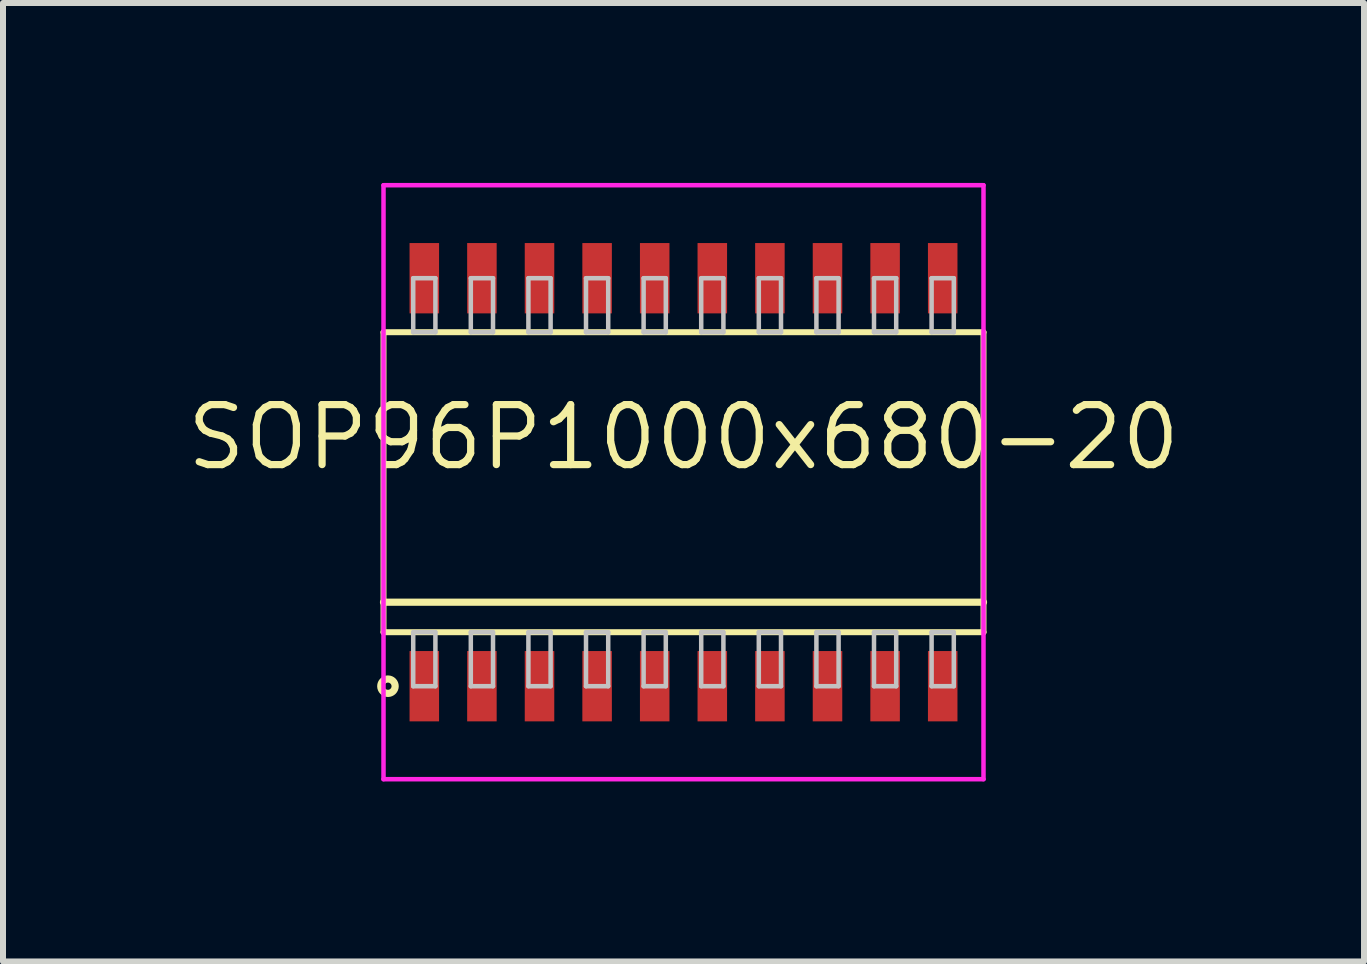
<source format=kicad_pcb>
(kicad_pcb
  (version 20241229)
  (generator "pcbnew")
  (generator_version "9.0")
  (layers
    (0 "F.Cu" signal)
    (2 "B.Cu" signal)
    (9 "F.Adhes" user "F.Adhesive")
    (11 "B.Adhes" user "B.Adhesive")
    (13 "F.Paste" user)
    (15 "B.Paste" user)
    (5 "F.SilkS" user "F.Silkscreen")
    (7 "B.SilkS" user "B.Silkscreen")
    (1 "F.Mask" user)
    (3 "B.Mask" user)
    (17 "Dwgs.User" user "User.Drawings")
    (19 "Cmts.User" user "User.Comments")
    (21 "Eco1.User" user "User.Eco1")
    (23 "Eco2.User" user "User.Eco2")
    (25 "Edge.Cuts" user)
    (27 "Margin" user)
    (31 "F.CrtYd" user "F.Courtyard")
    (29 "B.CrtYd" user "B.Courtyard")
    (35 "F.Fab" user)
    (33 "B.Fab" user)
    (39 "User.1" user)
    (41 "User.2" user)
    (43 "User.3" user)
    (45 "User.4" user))
  (footprint "SOP96P1000x680-20"
    (layer "F.Cu")
    (at 8.342 4.987)
    (property "Reference" "SOP96P1000x680-20" (at 0 -0.75 0) (layer "F.SilkS") (effects (font (size 1 1) (thickness 0.12))))
    (attr through_hole)
    (fp_line (start -5 -2.5) (end -5 2.5) (stroke (width 0.1) (type solid)) (layer "F.SilkS"))
    (fp_line (start -5 2) (end 5 2) (stroke (width 0.12) (type solid)) (layer "F.SilkS"))
    (fp_line (start -5 2.5) (end 5 2.5) (stroke (width 0.1) (type solid)) (layer "F.SilkS"))
    (fp_line (start 5 -2.5) (end -5 -2.5) (stroke (width 0.1) (type solid)) (layer "F.SilkS"))
    (fp_line (start 5 2.5) (end 5 -2.5) (stroke (width 0.1) (type solid)) (layer "F.SilkS"))
    (fp_circle (center -4.926 3.4) (end -4.806 3.4) (stroke (width 0.12) (type solid)) (fill no) (layer "F.SilkS"))
    (fp_line (start -4.505 -3.4) (end -4.505 -2.5) (stroke (width 0.075) (type solid)) (layer "Dwgs.User"))
    (fp_line (start -4.505 -2.5) (end -4.135 -2.5) (stroke (width 0.075) (type solid)) (layer "Dwgs.User"))
    (fp_line (start -4.505 2.5) (end -4.135 2.5) (stroke (width 0.075) (type solid)) (layer "Dwgs.User"))
    (fp_line (start -4.505 3.4) (end -4.505 2.5) (stroke (width 0.075) (type solid)) (layer "Dwgs.User"))
    (fp_line (start -4.135 -3.4) (end -4.505 -3.4) (stroke (width 0.075) (type solid)) (layer "Dwgs.User"))
    (fp_line (start -4.135 -2.5) (end -4.135 -3.4) (stroke (width 0.075) (type solid)) (layer "Dwgs.User"))
    (fp_line (start -4.135 2.5) (end -4.135 3.4) (stroke (width 0.075) (type solid)) (layer "Dwgs.User"))
    (fp_line (start -4.135 3.4) (end -4.505 3.4) (stroke (width 0.075) (type solid)) (layer "Dwgs.User"))
    (fp_line (start -3.545 -3.4) (end -3.545 -2.5) (stroke (width 0.075) (type solid)) (layer "Dwgs.User"))
    (fp_line (start -3.545 -2.5) (end -3.175 -2.5) (stroke (width 0.075) (type solid)) (layer "Dwgs.User"))
    (fp_line (start -3.545 2.5) (end -3.175 2.5) (stroke (width 0.075) (type solid)) (layer "Dwgs.User"))
    (fp_line (start -3.545 3.4) (end -3.545 2.5) (stroke (width 0.075) (type solid)) (layer "Dwgs.User"))
    (fp_line (start -3.175 -3.4) (end -3.545 -3.4) (stroke (width 0.075) (type solid)) (layer "Dwgs.User"))
    (fp_line (start -3.175 -2.5) (end -3.175 -3.4) (stroke (width 0.075) (type solid)) (layer "Dwgs.User"))
    (fp_line (start -3.175 2.5) (end -3.175 3.4) (stroke (width 0.075) (type solid)) (layer "Dwgs.User"))
    (fp_line (start -3.175 3.4) (end -3.545 3.4) (stroke (width 0.075) (type solid)) (layer "Dwgs.User"))
    (fp_line (start -2.585 -3.4) (end -2.585 -2.5) (stroke (width 0.075) (type solid)) (layer "Dwgs.User"))
    (fp_line (start -2.585 -2.5) (end -2.215 -2.5) (stroke (width 0.075) (type solid)) (layer "Dwgs.User"))
    (fp_line (start -2.585 2.5) (end -2.215 2.5) (stroke (width 0.075) (type solid)) (layer "Dwgs.User"))
    (fp_line (start -2.585 3.4) (end -2.585 2.5) (stroke (width 0.075) (type solid)) (layer "Dwgs.User"))
    (fp_line (start -2.215 -3.4) (end -2.585 -3.4) (stroke (width 0.075) (type solid)) (layer "Dwgs.User"))
    (fp_line (start -2.215 -2.5) (end -2.215 -3.4) (stroke (width 0.075) (type solid)) (layer "Dwgs.User"))
    (fp_line (start -2.215 2.5) (end -2.215 3.4) (stroke (width 0.075) (type solid)) (layer "Dwgs.User"))
    (fp_line (start -2.215 3.4) (end -2.585 3.4) (stroke (width 0.075) (type solid)) (layer "Dwgs.User"))
    (fp_line (start -1.625 -3.4) (end -1.625 -2.5) (stroke (width 0.075) (type solid)) (layer "Dwgs.User"))
    (fp_line (start -1.625 -2.5) (end -1.255 -2.5) (stroke (width 0.075) (type solid)) (layer "Dwgs.User"))
    (fp_line (start -1.625 2.5) (end -1.255 2.5) (stroke (width 0.075) (type solid)) (layer "Dwgs.User"))
    (fp_line (start -1.625 3.4) (end -1.625 2.5) (stroke (width 0.075) (type solid)) (layer "Dwgs.User"))
    (fp_line (start -1.255 -3.4) (end -1.625 -3.4) (stroke (width 0.075) (type solid)) (layer "Dwgs.User"))
    (fp_line (start -1.255 -2.5) (end -1.255 -3.4) (stroke (width 0.075) (type solid)) (layer "Dwgs.User"))
    (fp_line (start -1.255 2.5) (end -1.255 3.4) (stroke (width 0.075) (type solid)) (layer "Dwgs.User"))
    (fp_line (start -1.255 3.4) (end -1.625 3.4) (stroke (width 0.075) (type solid)) (layer "Dwgs.User"))
    (fp_line (start -0.665 -3.4) (end -0.665 -2.5) (stroke (width 0.075) (type solid)) (layer "Dwgs.User"))
    (fp_line (start -0.665 -2.5) (end -0.295 -2.5) (stroke (width 0.075) (type solid)) (layer "Dwgs.User"))
    (fp_line (start -0.665 2.5) (end -0.295 2.5) (stroke (width 0.075) (type solid)) (layer "Dwgs.User"))
    (fp_line (start -0.665 3.4) (end -0.665 2.5) (stroke (width 0.075) (type solid)) (layer "Dwgs.User"))
    (fp_line (start -0.295 -3.4) (end -0.665 -3.4) (stroke (width 0.075) (type solid)) (layer "Dwgs.User"))
    (fp_line (start -0.295 -2.5) (end -0.295 -3.4) (stroke (width 0.075) (type solid)) (layer "Dwgs.User"))
    (fp_line (start -0.295 2.5) (end -0.295 3.4) (stroke (width 0.075) (type solid)) (layer "Dwgs.User"))
    (fp_line (start -0.295 3.4) (end -0.665 3.4) (stroke (width 0.075) (type solid)) (layer "Dwgs.User"))
    (fp_line (start 0.295 -3.4) (end 0.295 -2.5) (stroke (width 0.075) (type solid)) (layer "Dwgs.User"))
    (fp_line (start 0.295 -2.5) (end 0.665 -2.5) (stroke (width 0.075) (type solid)) (layer "Dwgs.User"))
    (fp_line (start 0.295 2.5) (end 0.665 2.5) (stroke (width 0.075) (type solid)) (layer "Dwgs.User"))
    (fp_line (start 0.295 3.4) (end 0.295 2.5) (stroke (width 0.075) (type solid)) (layer "Dwgs.User"))
    (fp_line (start 0.665 -3.4) (end 0.295 -3.4) (stroke (width 0.075) (type solid)) (layer "Dwgs.User"))
    (fp_line (start 0.665 -2.5) (end 0.665 -3.4) (stroke (width 0.075) (type solid)) (layer "Dwgs.User"))
    (fp_line (start 0.665 2.5) (end 0.665 3.4) (stroke (width 0.075) (type solid)) (layer "Dwgs.User"))
    (fp_line (start 0.665 3.4) (end 0.295 3.4) (stroke (width 0.075) (type solid)) (layer "Dwgs.User"))
    (fp_line (start 1.255 -3.4) (end 1.255 -2.5) (stroke (width 0.075) (type solid)) (layer "Dwgs.User"))
    (fp_line (start 1.255 -2.5) (end 1.625 -2.5) (stroke (width 0.075) (type solid)) (layer "Dwgs.User"))
    (fp_line (start 1.255 2.5) (end 1.625 2.5) (stroke (width 0.075) (type solid)) (layer "Dwgs.User"))
    (fp_line (start 1.255 3.4) (end 1.255 2.5) (stroke (width 0.075) (type solid)) (layer "Dwgs.User"))
    (fp_line (start 1.625 -3.4) (end 1.255 -3.4) (stroke (width 0.075) (type solid)) (layer "Dwgs.User"))
    (fp_line (start 1.625 -2.5) (end 1.625 -3.4) (stroke (width 0.075) (type solid)) (layer "Dwgs.User"))
    (fp_line (start 1.625 2.5) (end 1.625 3.4) (stroke (width 0.075) (type solid)) (layer "Dwgs.User"))
    (fp_line (start 1.625 3.4) (end 1.255 3.4) (stroke (width 0.075) (type solid)) (layer "Dwgs.User"))
    (fp_line (start 2.215 -3.4) (end 2.215 -2.5) (stroke (width 0.075) (type solid)) (layer "Dwgs.User"))
    (fp_line (start 2.215 -2.5) (end 2.585 -2.5) (stroke (width 0.075) (type solid)) (layer "Dwgs.User"))
    (fp_line (start 2.215 2.5) (end 2.585 2.5) (stroke (width 0.075) (type solid)) (layer "Dwgs.User"))
    (fp_line (start 2.215 3.4) (end 2.215 2.5) (stroke (width 0.075) (type solid)) (layer "Dwgs.User"))
    (fp_line (start 2.585 -3.4) (end 2.215 -3.4) (stroke (width 0.075) (type solid)) (layer "Dwgs.User"))
    (fp_line (start 2.585 -2.5) (end 2.585 -3.4) (stroke (width 0.075) (type solid)) (layer "Dwgs.User"))
    (fp_line (start 2.585 2.5) (end 2.585 3.4) (stroke (width 0.075) (type solid)) (layer "Dwgs.User"))
    (fp_line (start 2.585 3.4) (end 2.215 3.4) (stroke (width 0.075) (type solid)) (layer "Dwgs.User"))
    (fp_line (start 3.175 -3.4) (end 3.175 -2.5) (stroke (width 0.075) (type solid)) (layer "Dwgs.User"))
    (fp_line (start 3.175 -2.5) (end 3.545 -2.5) (stroke (width 0.075) (type solid)) (layer "Dwgs.User"))
    (fp_line (start 3.175 2.5) (end 3.545 2.5) (stroke (width 0.075) (type solid)) (layer "Dwgs.User"))
    (fp_line (start 3.175 3.4) (end 3.175 2.5) (stroke (width 0.075) (type solid)) (layer "Dwgs.User"))
    (fp_line (start 3.545 -3.4) (end 3.175 -3.4) (stroke (width 0.075) (type solid)) (layer "Dwgs.User"))
    (fp_line (start 3.545 -2.5) (end 3.545 -3.4) (stroke (width 0.075) (type solid)) (layer "Dwgs.User"))
    (fp_line (start 3.545 2.5) (end 3.545 3.4) (stroke (width 0.075) (type solid)) (layer "Dwgs.User"))
    (fp_line (start 3.545 3.4) (end 3.175 3.4) (stroke (width 0.075) (type solid)) (layer "Dwgs.User"))
    (fp_line (start 4.135 -3.4) (end 4.135 -2.5) (stroke (width 0.075) (type solid)) (layer "Dwgs.User"))
    (fp_line (start 4.135 -2.5) (end 4.505 -2.5) (stroke (width 0.075) (type solid)) (layer "Dwgs.User"))
    (fp_line (start 4.135 2.5) (end 4.505 2.5) (stroke (width 0.075) (type solid)) (layer "Dwgs.User"))
    (fp_line (start 4.135 3.4) (end 4.135 2.5) (stroke (width 0.075) (type solid)) (layer "Dwgs.User"))
    (fp_line (start 4.505 -3.4) (end 4.135 -3.4) (stroke (width 0.075) (type solid)) (layer "Dwgs.User"))
    (fp_line (start 4.505 -2.5) (end 4.505 -3.4) (stroke (width 0.075) (type solid)) (layer "Dwgs.User"))
    (fp_line (start 4.505 2.5) (end 4.505 3.4) (stroke (width 0.075) (type solid)) (layer "Dwgs.User"))
    (fp_line (start 4.505 3.4) (end 4.135 3.4) (stroke (width 0.075) (type solid)) (layer "Dwgs.User"))
    (fp_line (start -0.75 0) (end 0.75 0) (stroke (width 0.12) (type solid)) (layer "Eco1.User"))
    (fp_line (start 0 -0.75) (end 0 0.75) (stroke (width 0.12) (type solid)) (layer "Eco1.User"))
    (fp_circle (center 0 0) (end 0.5 0) (stroke (width 0.12) (type solid)) (fill no) (layer "Eco1.User"))
    (fp_line (start -5 -4.95) (end -5 4.95) (stroke (width 0.075) (type solid)) (layer "F.CrtYd"))
    (fp_line (start -5 4.95) (end 5 4.95) (stroke (width 0.075) (type solid)) (layer "F.CrtYd"))
    (fp_line (start 5 -4.95) (end -5 -4.95) (stroke (width 0.075) (type solid)) (layer "F.CrtYd"))
    (fp_line (start 5 4.95) (end 5 -4.95) (stroke (width 0.075) (type solid)) (layer "F.CrtYd"))
    (pad "1" smd rect (at -4.32 3.4) (size 0.492 1.172) (layers "F.Cu" "F.Mask" "F.Paste"))
    (pad "2" smd rect (at -3.36 3.4) (size 0.492 1.172) (layers "F.Cu" "F.Mask" "F.Paste"))
    (pad "3" smd rect (at -2.4 3.4) (size 0.492 1.172) (layers "F.Cu" "F.Mask" "F.Paste"))
    (pad "4" smd rect (at -1.44 3.4) (size 0.492 1.172) (layers "F.Cu" "F.Mask" "F.Paste"))
    (pad "5" smd rect (at -0.48 3.4) (size 0.492 1.172) (layers "F.Cu" "F.Mask" "F.Paste"))
    (pad "6" smd rect (at 0.48 3.4) (size 0.492 1.172) (layers "F.Cu" "F.Mask" "F.Paste"))
    (pad "7" smd rect (at 1.44 3.4) (size 0.492 1.172) (layers "F.Cu" "F.Mask" "F.Paste"))
    (pad "8" smd rect (at 2.4 3.4) (size 0.492 1.172) (layers "F.Cu" "F.Mask" "F.Paste"))
    (pad "9" smd rect (at 3.36 3.4) (size 0.492 1.172) (layers "F.Cu" "F.Mask" "F.Paste"))
    (pad "10" smd rect (at 4.32 3.4) (size 0.492 1.172) (layers "F.Cu" "F.Mask" "F.Paste"))
    (pad "11" smd rect (at 4.32 -3.4) (size 0.492 1.172) (layers "F.Cu" "F.Mask" "F.Paste"))
    (pad "12" smd rect (at 3.36 -3.4) (size 0.492 1.172) (layers "F.Cu" "F.Mask" "F.Paste"))
    (pad "13" smd rect (at 2.4 -3.4) (size 0.492 1.172) (layers "F.Cu" "F.Mask" "F.Paste"))
    (pad "14" smd rect (at 1.44 -3.4) (size 0.492 1.172) (layers "F.Cu" "F.Mask" "F.Paste"))
    (pad "15" smd rect (at 0.48 -3.4) (size 0.492 1.172) (layers "F.Cu" "F.Mask" "F.Paste"))
    (pad "16" smd rect (at -0.48 -3.4) (size 0.492 1.172) (layers "F.Cu" "F.Mask" "F.Paste"))
    (pad "17" smd rect (at -1.44 -3.4) (size 0.492 1.172) (layers "F.Cu" "F.Mask" "F.Paste"))
    (pad "18" smd rect (at -2.4 -3.4) (size 0.492 1.172) (layers "F.Cu" "F.Mask" "F.Paste"))
    (pad "19" smd rect (at -3.36 -3.4) (size 0.492 1.172) (layers "F.Cu" "F.Mask" "F.Paste"))
    (pad "20" smd rect (at -4.32 -3.4) (size 0.492 1.172) (layers "F.Cu" "F.Mask" "F.Paste")))
  (gr_rect
    (start -3 -3)
    (end 19.684 12.975)
    (stroke (width 0.1) (type default))
    (fill no)
    (layer "Edge.Cuts")))
</source>
